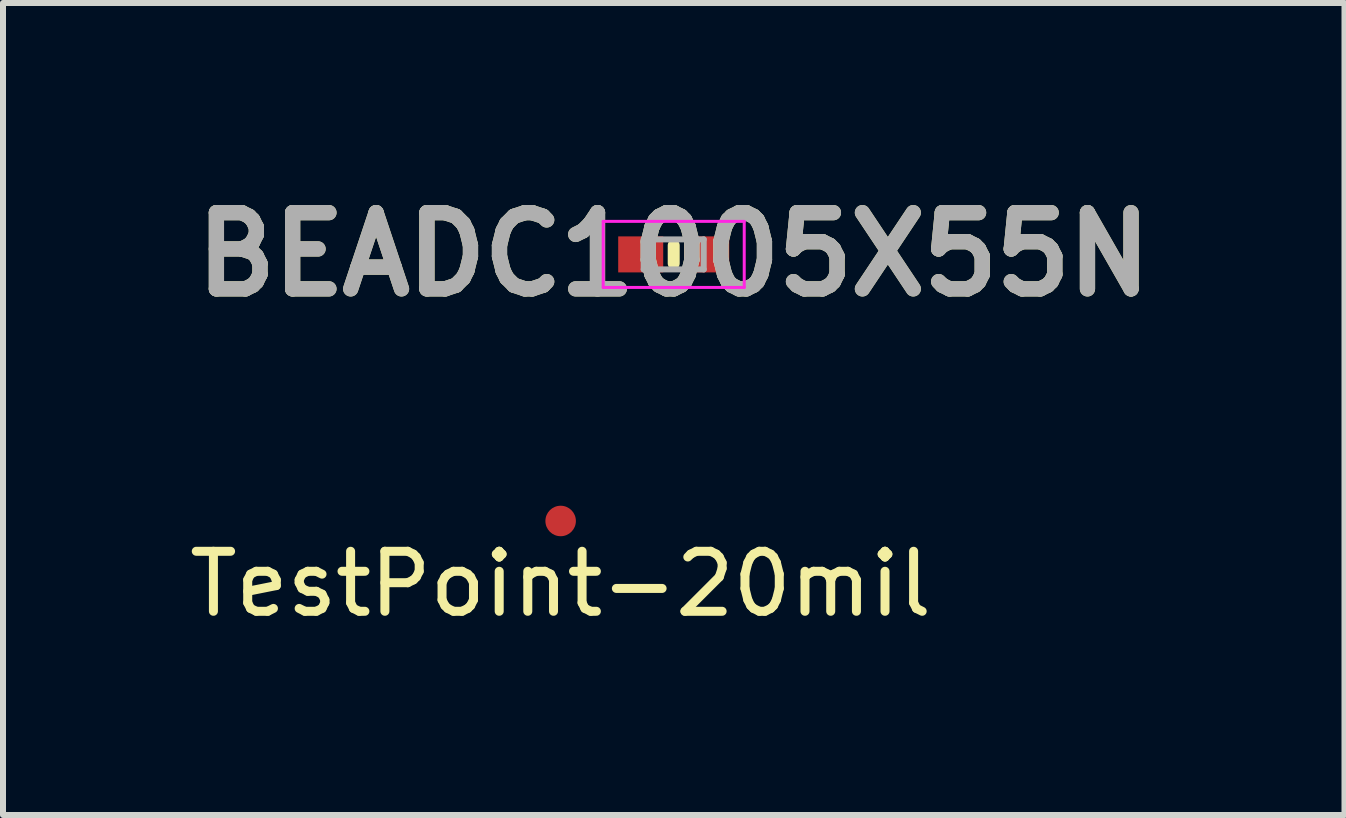
<source format=kicad_pcb>
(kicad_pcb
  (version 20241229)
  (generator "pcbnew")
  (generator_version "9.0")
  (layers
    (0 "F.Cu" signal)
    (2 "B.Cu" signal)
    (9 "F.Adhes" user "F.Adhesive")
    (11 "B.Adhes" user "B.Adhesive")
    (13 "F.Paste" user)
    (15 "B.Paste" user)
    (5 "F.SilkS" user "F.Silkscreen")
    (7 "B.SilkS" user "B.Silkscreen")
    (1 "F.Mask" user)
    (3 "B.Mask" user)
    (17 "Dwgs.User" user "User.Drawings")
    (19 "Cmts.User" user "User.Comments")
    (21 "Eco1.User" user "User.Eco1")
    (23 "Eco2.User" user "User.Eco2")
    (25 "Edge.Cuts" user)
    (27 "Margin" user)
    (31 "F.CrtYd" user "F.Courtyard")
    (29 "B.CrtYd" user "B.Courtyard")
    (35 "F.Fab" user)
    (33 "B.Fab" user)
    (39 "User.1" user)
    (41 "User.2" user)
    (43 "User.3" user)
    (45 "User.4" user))
  (footprint "TestPoint-20mil"
    (layer "F.Cu")
    (at 6.292 5.631)
    (property "Reference" "TestPoint-20mil" (at 0 1.05 0) (layer "F.SilkS") (effects (font (size 1 1) (thickness 0.15))))
    (attr smd)
    (pad "1" smd circle (at 0 0 270) (size 0.508 0.508) (layers "F.Cu" "F.Mask")))
  (footprint "BEADC1005X55N"
    (layer "F.Cu")
    (at 8.176 1.189)
    (property "Reference" "BEADC1005X55N" (at 0 0 0) (layer "F.SilkS") (effects (font (size 1.27 1.27) (thickness 0.254))))
    (attr smd)
    (fp_line (start 0 -0.15) (end 0 0.15) (stroke (width 0.2) (type solid)) (layer "F.SilkS"))
    (fp_line (start -1.175 -0.55) (end 1.175 -0.55) (stroke (width 0.05) (type solid)) (layer "F.CrtYd"))
    (fp_line (start -1.175 0.55) (end -1.175 -0.55) (stroke (width 0.05) (type solid)) (layer "F.CrtYd"))
    (fp_line (start 1.175 -0.55) (end 1.175 0.55) (stroke (width 0.05) (type solid)) (layer "F.CrtYd"))
    (fp_line (start 1.175 0.55) (end -1.175 0.55) (stroke (width 0.05) (type solid)) (layer "F.CrtYd"))
    (fp_line (start -0.5 -0.25) (end 0.5 -0.25) (stroke (width 0.1) (type solid)) (layer "F.Fab"))
    (fp_line (start -0.5 0.25) (end -0.5 -0.25) (stroke (width 0.1) (type solid)) (layer "F.Fab"))
    (fp_line (start 0.5 -0.25) (end 0.5 0.25) (stroke (width 0.1) (type solid)) (layer "F.Fab"))
    (fp_line (start 0.5 0.25) (end -0.5 0.25) (stroke (width 0.1) (type solid)) (layer "F.Fab"))
    (fp_text user "${REFERENCE}" (at 0 0 0) (layer "F.Fab") (effects (font (size 1.27 1.27) (thickness 0.254))))
    (pad "1" smd rect (at -0.55 0 90) (size 0.6 0.75) (layers "F.Cu" "F.Mask" "F.Paste"))
    (pad "2" smd rect (at 0.55 0 90) (size 0.6 0.75) (layers "F.Cu" "F.Mask" "F.Paste")))
  (gr_rect
    (start -3 -3)
    (end 19.353 10.53)
    (stroke (width 0.1) (type default))
    (fill no)
    (layer "Edge.Cuts")))
</source>
